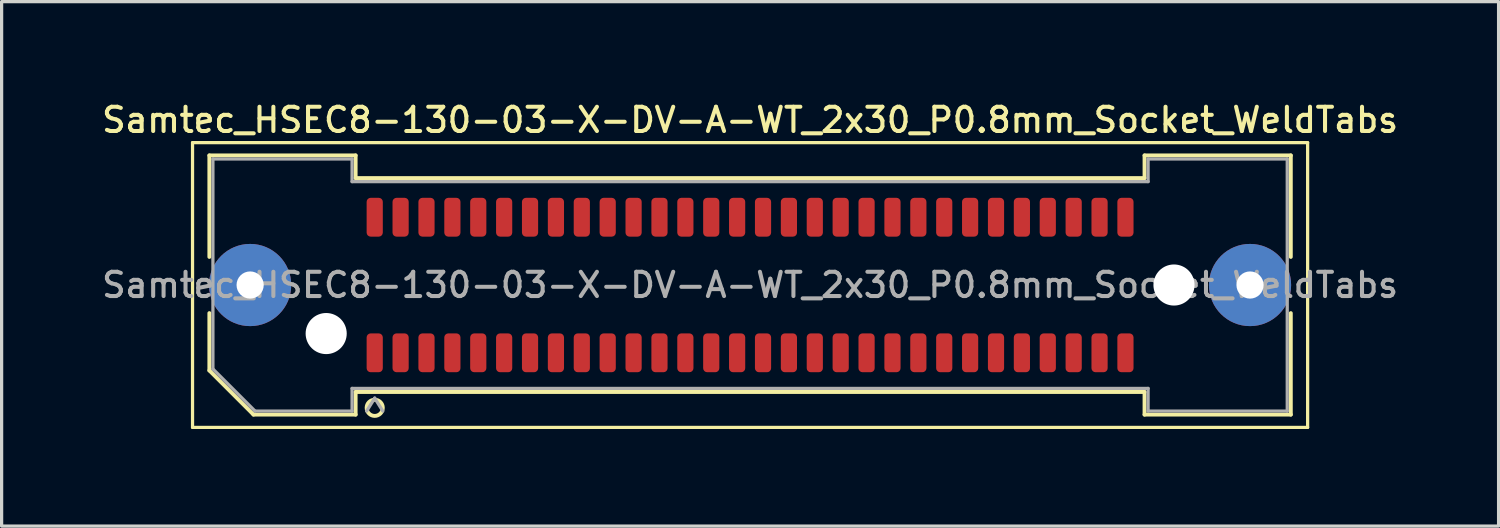
<source format=kicad_pcb>
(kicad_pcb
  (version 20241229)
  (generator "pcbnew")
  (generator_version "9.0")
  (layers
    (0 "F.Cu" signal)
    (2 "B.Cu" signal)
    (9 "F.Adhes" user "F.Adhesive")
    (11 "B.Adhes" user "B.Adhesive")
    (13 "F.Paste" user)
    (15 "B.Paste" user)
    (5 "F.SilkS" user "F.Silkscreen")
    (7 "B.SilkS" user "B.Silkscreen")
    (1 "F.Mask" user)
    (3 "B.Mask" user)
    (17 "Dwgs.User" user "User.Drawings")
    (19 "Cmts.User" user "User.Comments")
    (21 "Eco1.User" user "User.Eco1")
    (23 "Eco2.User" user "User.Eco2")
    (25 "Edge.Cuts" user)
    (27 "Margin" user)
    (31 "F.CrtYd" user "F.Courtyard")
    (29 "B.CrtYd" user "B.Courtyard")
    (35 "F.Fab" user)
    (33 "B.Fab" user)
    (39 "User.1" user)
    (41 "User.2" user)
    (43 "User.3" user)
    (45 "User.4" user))
  (footprint "Samtec_HSEC8-130-03-X-DV-A-WT_2x30_P0.8mm_Socket_WeldTabs"
    (layer "F.Cu")
    (at 20.13 5.758)
    (property "Reference" "Samtec_HSEC8-130-03-X-DV-A-WT_2x30_P0.8mm_Socket_WeldTabs" (at 0 -5.1 0) (layer "F.SilkS") (effects (font (size 0.75 0.75) (thickness 0.125))))
    (attr smd)
    (fp_line (start -17.23 -4.4) (end -17.23 4.4) (stroke (width 0.1) (type solid)) (layer "F.SilkS"))
    (fp_line (start -17.23 4.4) (end 17.23 4.4) (stroke (width 0.1) (type solid)) (layer "F.SilkS"))
    (fp_line (start -16.71 -4.005) (end -12.19 -4.005) (stroke (width 0.12) (type solid)) (layer "F.SilkS"))
    (fp_line (start -16.71 -0.868) (end -16.71 -4.005) (stroke (width 0.12) (type solid)) (layer "F.SilkS"))
    (fp_line (start -16.71 2.641) (end -16.71 0.868) (stroke (width 0.12) (type solid)) (layer "F.SilkS"))
    (fp_line (start -15.346 4.005) (end -16.71 2.641) (stroke (width 0.12) (type solid)) (layer "F.SilkS"))
    (fp_line (start -12.19 -4.005) (end -12.19 -3.305) (stroke (width 0.12) (type solid)) (layer "F.SilkS"))
    (fp_line (start -12.19 -3.305) (end 12.19 -3.305) (stroke (width 0.12) (type solid)) (layer "F.SilkS"))
    (fp_line (start -12.19 3.305) (end -12.19 4.005) (stroke (width 0.12) (type solid)) (layer "F.SilkS"))
    (fp_line (start -12.19 4.005) (end -15.346 4.005) (stroke (width 0.12) (type solid)) (layer "F.SilkS"))
    (fp_line (start 12.19 -4.005) (end 16.71 -4.005) (stroke (width 0.12) (type solid)) (layer "F.SilkS"))
    (fp_line (start 12.19 -3.305) (end 12.19 -4.005) (stroke (width 0.12) (type solid)) (layer "F.SilkS"))
    (fp_line (start 12.19 3.305) (end -12.19 3.305) (stroke (width 0.12) (type solid)) (layer "F.SilkS"))
    (fp_line (start 12.19 4.005) (end 12.19 3.305) (stroke (width 0.12) (type solid)) (layer "F.SilkS"))
    (fp_line (start 16.71 -4.005) (end 16.71 -0.868) (stroke (width 0.12) (type solid)) (layer "F.SilkS"))
    (fp_line (start 16.71 0.868) (end 16.71 4.005) (stroke (width 0.12) (type solid)) (layer "F.SilkS"))
    (fp_line (start 16.71 4.005) (end 12.19 4.005) (stroke (width 0.12) (type solid)) (layer "F.SilkS"))
    (fp_line (start 17.23 -4.4) (end -17.23 -4.4) (stroke (width 0.1) (type solid)) (layer "F.SilkS"))
    (fp_line (start 17.23 4.4) (end 17.23 -4.4) (stroke (width 0.1) (type solid)) (layer "F.SilkS"))
    (fp_arc (start -11.35 3.795) (mid -11.85 3.795) (end -11.35 3.795) (stroke (width 0.12) (type solid)) (layer "F.SilkS"))
    (fp_line (start -16.6 -3.895) (end -12.3 -3.895) (stroke (width 0.1) (type solid)) (layer "F.Fab"))
    (fp_line (start -16.6 2.595) (end -16.6 -3.895) (stroke (width 0.1) (type solid)) (layer "F.Fab"))
    (fp_line (start -15.3 3.895) (end -16.6 2.595) (stroke (width 0.1) (type solid)) (layer "F.Fab"))
    (fp_line (start -12.3 -3.895) (end -12.3 -3.195) (stroke (width 0.1) (type solid)) (layer "F.Fab"))
    (fp_line (start -12.3 -3.195) (end 12.3 -3.195) (stroke (width 0.1) (type solid)) (layer "F.Fab"))
    (fp_line (start -12.3 3.195) (end -12.3 3.895) (stroke (width 0.1) (type solid)) (layer "F.Fab"))
    (fp_line (start -12.3 3.895) (end -15.3 3.895) (stroke (width 0.1) (type solid)) (layer "F.Fab"))
    (fp_line (start -11.6 3.495) (end -11.85 3.895) (stroke (width 0.1) (type solid)) (layer "F.Fab"))
    (fp_line (start -11.6 3.495) (end -11.35 3.895) (stroke (width 0.1) (type solid)) (layer "F.Fab"))
    (fp_line (start 12.3 -3.895) (end 16.6 -3.895) (stroke (width 0.1) (type solid)) (layer "F.Fab"))
    (fp_line (start 12.3 -3.195) (end 12.3 -3.895) (stroke (width 0.1) (type solid)) (layer "F.Fab"))
    (fp_line (start 12.3 3.195) (end -12.3 3.195) (stroke (width 0.1) (type solid)) (layer "F.Fab"))
    (fp_line (start 12.3 3.895) (end 12.3 3.195) (stroke (width 0.1) (type solid)) (layer "F.Fab"))
    (fp_line (start 16.6 -3.895) (end 16.6 3.895) (stroke (width 0.1) (type solid)) (layer "F.Fab"))
    (fp_line (start 16.6 3.895) (end 12.3 3.895) (stroke (width 0.1) (type solid)) (layer "F.Fab"))
    (fp_text user "${REFERENCE}" (at 0 0 0) (layer "F.Fab") (effects (font (size 0.75 0.75) (thickness 0.125))))
    (pad "" thru_hole circle (at -15.45 0) (size 2.54 2.54) (drill 0.84) (layers "*.Cu" "*.Mask" "F.Paste"))
    (pad "" np_thru_hole circle (at -13.1 1.5) (size 1.27 1.27) (drill 1.27) (layers "*.Cu" "*.Mask"))
    (pad "" np_thru_hole circle (at 13.1 0) (size 1.27 1.27) (drill 1.27) (layers "*.Cu" "*.Mask"))
    (pad "" thru_hole circle (at 15.45 0) (size 2.54 2.54) (drill 0.84) (layers "*.Cu" "*.Mask" "F.Paste"))
    (pad "1" smd roundrect (at -11.6 2.095) (size 0.5 1.2) (layers "F.Cu" "F.Mask" "F.Paste") (roundrect_rratio 0.25))
    (pad "2" smd roundrect (at -11.6 -2.095) (size 0.5 1.2) (layers "F.Cu" "F.Mask" "F.Paste") (roundrect_rratio 0.25))
    (pad "3" smd roundrect (at -10.8 2.095) (size 0.5 1.2) (layers "F.Cu" "F.Mask" "F.Paste") (roundrect_rratio 0.25))
    (pad "4" smd roundrect (at -10.8 -2.095) (size 0.5 1.2) (layers "F.Cu" "F.Mask" "F.Paste") (roundrect_rratio 0.25))
    (pad "5" smd roundrect (at -10 2.095) (size 0.5 1.2) (layers "F.Cu" "F.Mask" "F.Paste") (roundrect_rratio 0.25))
    (pad "6" smd roundrect (at -10 -2.095) (size 0.5 1.2) (layers "F.Cu" "F.Mask" "F.Paste") (roundrect_rratio 0.25))
    (pad "7" smd roundrect (at -9.2 2.095) (size 0.5 1.2) (layers "F.Cu" "F.Mask" "F.Paste") (roundrect_rratio 0.25))
    (pad "8" smd roundrect (at -9.2 -2.095) (size 0.5 1.2) (layers "F.Cu" "F.Mask" "F.Paste") (roundrect_rratio 0.25))
    (pad "9" smd roundrect (at -8.4 2.095) (size 0.5 1.2) (layers "F.Cu" "F.Mask" "F.Paste") (roundrect_rratio 0.25))
    (pad "10" smd roundrect (at -8.4 -2.095) (size 0.5 1.2) (layers "F.Cu" "F.Mask" "F.Paste") (roundrect_rratio 0.25))
    (pad "11" smd roundrect (at -7.6 2.095) (size 0.5 1.2) (layers "F.Cu" "F.Mask" "F.Paste") (roundrect_rratio 0.25))
    (pad "12" smd roundrect (at -7.6 -2.095) (size 0.5 1.2) (layers "F.Cu" "F.Mask" "F.Paste") (roundrect_rratio 0.25))
    (pad "13" smd roundrect (at -6.8 2.095) (size 0.5 1.2) (layers "F.Cu" "F.Mask" "F.Paste") (roundrect_rratio 0.25))
    (pad "14" smd roundrect (at -6.8 -2.095) (size 0.5 1.2) (layers "F.Cu" "F.Mask" "F.Paste") (roundrect_rratio 0.25))
    (pad "15" smd roundrect (at -6 2.095) (size 0.5 1.2) (layers "F.Cu" "F.Mask" "F.Paste") (roundrect_rratio 0.25))
    (pad "16" smd roundrect (at -6 -2.095) (size 0.5 1.2) (layers "F.Cu" "F.Mask" "F.Paste") (roundrect_rratio 0.25))
    (pad "17" smd roundrect (at -5.2 2.095) (size 0.5 1.2) (layers "F.Cu" "F.Mask" "F.Paste") (roundrect_rratio 0.25))
    (pad "18" smd roundrect (at -5.2 -2.095) (size 0.5 1.2) (layers "F.Cu" "F.Mask" "F.Paste") (roundrect_rratio 0.25))
    (pad "19" smd roundrect (at -4.4 2.095) (size 0.5 1.2) (layers "F.Cu" "F.Mask" "F.Paste") (roundrect_rratio 0.25))
    (pad "20" smd roundrect (at -4.4 -2.095) (size 0.5 1.2) (layers "F.Cu" "F.Mask" "F.Paste") (roundrect_rratio 0.25))
    (pad "21" smd roundrect (at -3.6 2.095) (size 0.5 1.2) (layers "F.Cu" "F.Mask" "F.Paste") (roundrect_rratio 0.25))
    (pad "22" smd roundrect (at -3.6 -2.095) (size 0.5 1.2) (layers "F.Cu" "F.Mask" "F.Paste") (roundrect_rratio 0.25))
    (pad "23" smd roundrect (at -2.8 2.095) (size 0.5 1.2) (layers "F.Cu" "F.Mask" "F.Paste") (roundrect_rratio 0.25))
    (pad "24" smd roundrect (at -2.8 -2.095) (size 0.5 1.2) (layers "F.Cu" "F.Mask" "F.Paste") (roundrect_rratio 0.25))
    (pad "25" smd roundrect (at -2 2.095) (size 0.5 1.2) (layers "F.Cu" "F.Mask" "F.Paste") (roundrect_rratio 0.25))
    (pad "26" smd roundrect (at -2 -2.095) (size 0.5 1.2) (layers "F.Cu" "F.Mask" "F.Paste") (roundrect_rratio 0.25))
    (pad "27" smd roundrect (at -1.2 2.095) (size 0.5 1.2) (layers "F.Cu" "F.Mask" "F.Paste") (roundrect_rratio 0.25))
    (pad "28" smd roundrect (at -1.2 -2.095) (size 0.5 1.2) (layers "F.Cu" "F.Mask" "F.Paste") (roundrect_rratio 0.25))
    (pad "29" smd roundrect (at -0.4 2.095) (size 0.5 1.2) (layers "F.Cu" "F.Mask" "F.Paste") (roundrect_rratio 0.25))
    (pad "30" smd roundrect (at -0.4 -2.095) (size 0.5 1.2) (layers "F.Cu" "F.Mask" "F.Paste") (roundrect_rratio 0.25))
    (pad "31" smd roundrect (at 0.4 2.095) (size 0.5 1.2) (layers "F.Cu" "F.Mask" "F.Paste") (roundrect_rratio 0.25))
    (pad "32" smd roundrect (at 0.4 -2.095) (size 0.5 1.2) (layers "F.Cu" "F.Mask" "F.Paste") (roundrect_rratio 0.25))
    (pad "33" smd roundrect (at 1.2 2.095) (size 0.5 1.2) (layers "F.Cu" "F.Mask" "F.Paste") (roundrect_rratio 0.25))
    (pad "34" smd roundrect (at 1.2 -2.095) (size 0.5 1.2) (layers "F.Cu" "F.Mask" "F.Paste") (roundrect_rratio 0.25))
    (pad "35" smd roundrect (at 2 2.095) (size 0.5 1.2) (layers "F.Cu" "F.Mask" "F.Paste") (roundrect_rratio 0.25))
    (pad "36" smd roundrect (at 2 -2.095) (size 0.5 1.2) (layers "F.Cu" "F.Mask" "F.Paste") (roundrect_rratio 0.25))
    (pad "37" smd roundrect (at 2.8 2.095) (size 0.5 1.2) (layers "F.Cu" "F.Mask" "F.Paste") (roundrect_rratio 0.25))
    (pad "38" smd roundrect (at 2.8 -2.095) (size 0.5 1.2) (layers "F.Cu" "F.Mask" "F.Paste") (roundrect_rratio 0.25))
    (pad "39" smd roundrect (at 3.6 2.095) (size 0.5 1.2) (layers "F.Cu" "F.Mask" "F.Paste") (roundrect_rratio 0.25))
    (pad "40" smd roundrect (at 3.6 -2.095) (size 0.5 1.2) (layers "F.Cu" "F.Mask" "F.Paste") (roundrect_rratio 0.25))
    (pad "41" smd roundrect (at 4.4 2.095) (size 0.5 1.2) (layers "F.Cu" "F.Mask" "F.Paste") (roundrect_rratio 0.25))
    (pad "42" smd roundrect (at 4.4 -2.095) (size 0.5 1.2) (layers "F.Cu" "F.Mask" "F.Paste") (roundrect_rratio 0.25))
    (pad "43" smd roundrect (at 5.2 2.095) (size 0.5 1.2) (layers "F.Cu" "F.Mask" "F.Paste") (roundrect_rratio 0.25))
    (pad "44" smd roundrect (at 5.2 -2.095) (size 0.5 1.2) (layers "F.Cu" "F.Mask" "F.Paste") (roundrect_rratio 0.25))
    (pad "45" smd roundrect (at 6 2.095) (size 0.5 1.2) (layers "F.Cu" "F.Mask" "F.Paste") (roundrect_rratio 0.25))
    (pad "46" smd roundrect (at 6 -2.095) (size 0.5 1.2) (layers "F.Cu" "F.Mask" "F.Paste") (roundrect_rratio 0.25))
    (pad "47" smd roundrect (at 6.8 2.095) (size 0.5 1.2) (layers "F.Cu" "F.Mask" "F.Paste") (roundrect_rratio 0.25))
    (pad "48" smd roundrect (at 6.8 -2.095) (size 0.5 1.2) (layers "F.Cu" "F.Mask" "F.Paste") (roundrect_rratio 0.25))
    (pad "49" smd roundrect (at 7.6 2.095) (size 0.5 1.2) (layers "F.Cu" "F.Mask" "F.Paste") (roundrect_rratio 0.25))
    (pad "50" smd roundrect (at 7.6 -2.095) (size 0.5 1.2) (layers "F.Cu" "F.Mask" "F.Paste") (roundrect_rratio 0.25))
    (pad "51" smd roundrect (at 8.4 2.095) (size 0.5 1.2) (layers "F.Cu" "F.Mask" "F.Paste") (roundrect_rratio 0.25))
    (pad "52" smd roundrect (at 8.4 -2.095) (size 0.5 1.2) (layers "F.Cu" "F.Mask" "F.Paste") (roundrect_rratio 0.25))
    (pad "53" smd roundrect (at 9.2 2.095) (size 0.5 1.2) (layers "F.Cu" "F.Mask" "F.Paste") (roundrect_rratio 0.25))
    (pad "54" smd roundrect (at 9.2 -2.095) (size 0.5 1.2) (layers "F.Cu" "F.Mask" "F.Paste") (roundrect_rratio 0.25))
    (pad "55" smd roundrect (at 10 2.095) (size 0.5 1.2) (layers "F.Cu" "F.Mask" "F.Paste") (roundrect_rratio 0.25))
    (pad "56" smd roundrect (at 10 -2.095) (size 0.5 1.2) (layers "F.Cu" "F.Mask" "F.Paste") (roundrect_rratio 0.25))
    (pad "57" smd roundrect (at 10.8 2.095) (size 0.5 1.2) (layers "F.Cu" "F.Mask" "F.Paste") (roundrect_rratio 0.25))
    (pad "58" smd roundrect (at 10.8 -2.095) (size 0.5 1.2) (layers "F.Cu" "F.Mask" "F.Paste") (roundrect_rratio 0.25))
    (pad "59" smd roundrect (at 11.6 2.095) (size 0.5 1.2) (layers "F.Cu" "F.Mask" "F.Paste") (roundrect_rratio 0.25))
    (pad "60" smd roundrect (at 11.6 -2.095) (size 0.5 1.2) (layers "F.Cu" "F.Mask" "F.Paste") (roundrect_rratio 0.25)))
  (gr_rect
    (start -3 -3)
    (end 43.261 13.208)
    (stroke (width 0.1) (type default))
    (fill no)
    (layer "Edge.Cuts")))
</source>
